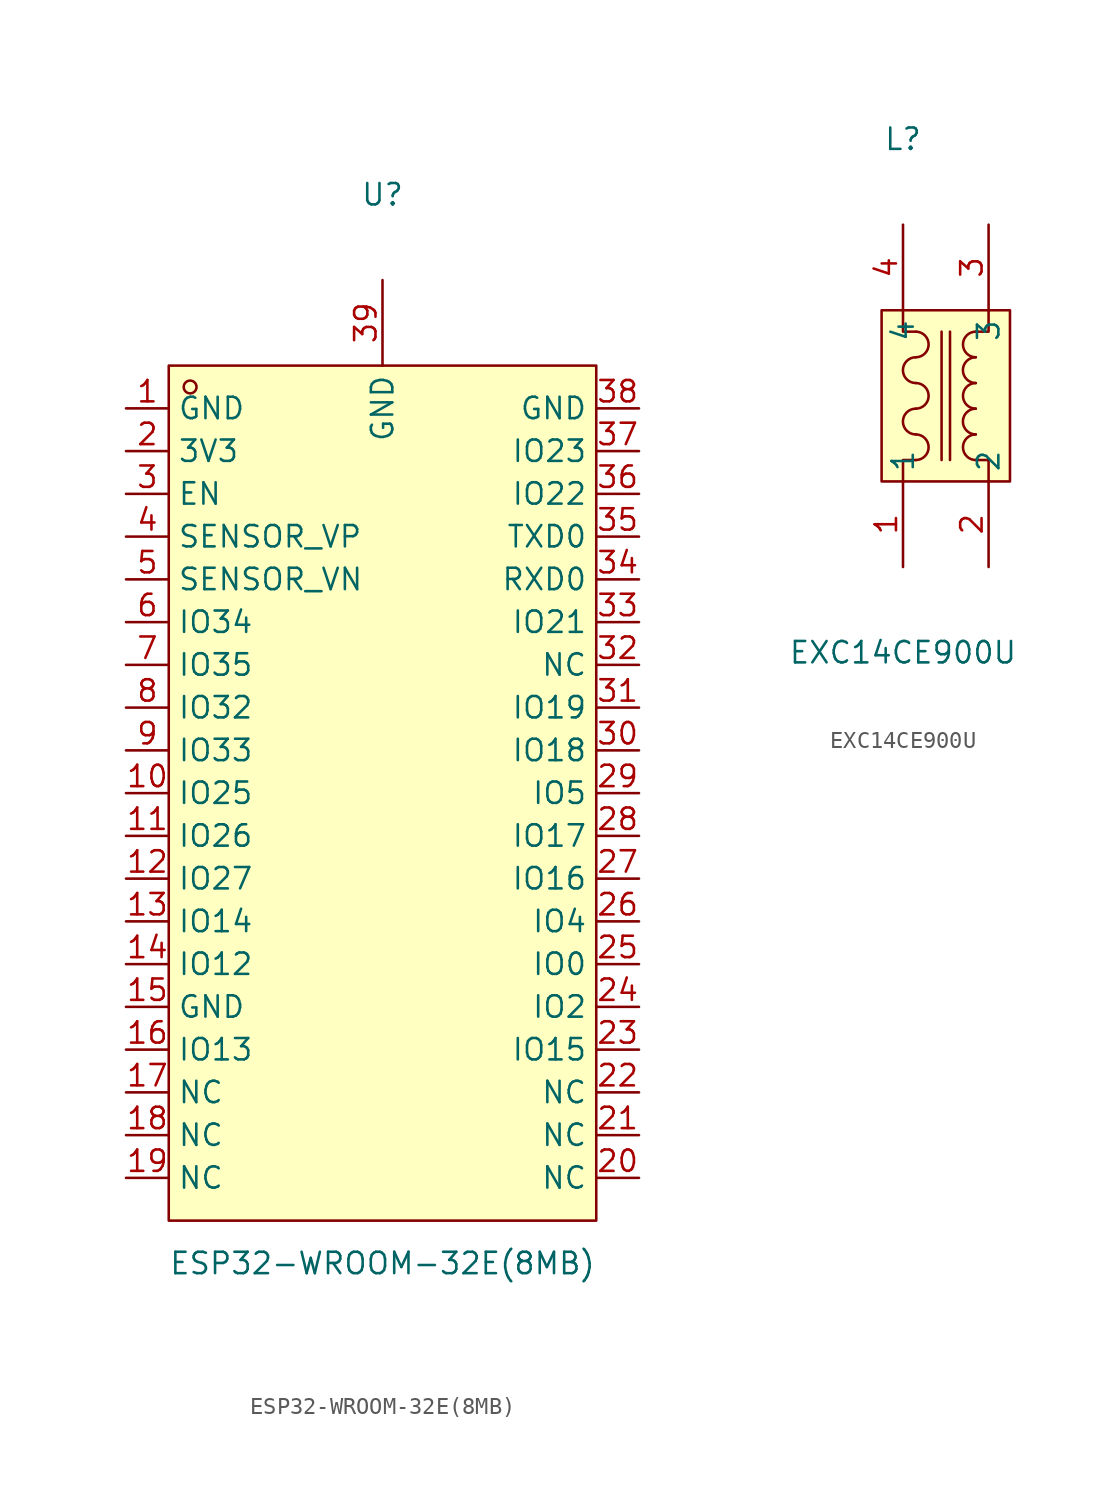
<source format=kicad_sym>
(kicad_symbol_lib
  (version 20211014)
  (generator https://github.com/uPesy/easyeda2kicad.py)
  (symbol "ESP32-WROOM-32E(8MB)"
    (property "Reference" "U"
      (at 0 38.10 0)
      (effects (font (size 1.27 1.27))))
    (property "Value" "ESP32-WROOM-32E(8MB)"
      (at 0 -25.40 0)
      (effects (font (size 1.27 1.27))))
    (symbol "ESP32-WROOM-32E(8MB)_0_1"
      (rectangle (start -12.70 27.94) (end 12.70 -22.86) (stroke (width 0) (type default) (color 0 0 0 0)) (fill (type background)))
      (circle (center -11.43 26.67) (radius 0.38) (stroke (width 0) (type default) (color 0 0 0 0)) (fill (type none)))
      (pin unspecified line (at 0.00 33.02 270) (length 5.08) (name "GND" (effects (font (size 1.27 1.27)))) (number "39" (effects (font (size 1.27 1.27)))))
      (pin unspecified line (at 15.24 25.40 180) (length 2.54) (name "GND" (effects (font (size 1.27 1.27)))) (number "38" (effects (font (size 1.27 1.27)))))
      (pin unspecified line (at 15.24 22.86 180) (length 2.54) (name "IO23" (effects (font (size 1.27 1.27)))) (number "37" (effects (font (size 1.27 1.27)))))
      (pin unspecified line (at 15.24 20.32 180) (length 2.54) (name "IO22" (effects (font (size 1.27 1.27)))) (number "36" (effects (font (size 1.27 1.27)))))
      (pin unspecified line (at 15.24 17.78 180) (length 2.54) (name "TXD0" (effects (font (size 1.27 1.27)))) (number "35" (effects (font (size 1.27 1.27)))))
      (pin unspecified line (at 15.24 15.24 180) (length 2.54) (name "RXD0" (effects (font (size 1.27 1.27)))) (number "34" (effects (font (size 1.27 1.27)))))
      (pin unspecified line (at 15.24 12.70 180) (length 2.54) (name "IO21" (effects (font (size 1.27 1.27)))) (number "33" (effects (font (size 1.27 1.27)))))
      (pin unspecified line (at 15.24 10.16 180) (length 2.54) (name "NC" (effects (font (size 1.27 1.27)))) (number "32" (effects (font (size 1.27 1.27)))))
      (pin unspecified line (at 15.24 7.62 180) (length 2.54) (name "IO19" (effects (font (size 1.27 1.27)))) (number "31" (effects (font (size 1.27 1.27)))))
      (pin unspecified line (at 15.24 5.08 180) (length 2.54) (name "IO18" (effects (font (size 1.27 1.27)))) (number "30" (effects (font (size 1.27 1.27)))))
      (pin unspecified line (at 15.24 2.54 180) (length 2.54) (name "IO5" (effects (font (size 1.27 1.27)))) (number "29" (effects (font (size 1.27 1.27)))))
      (pin unspecified line (at 15.24 -0.00 180) (length 2.54) (name "IO17" (effects (font (size 1.27 1.27)))) (number "28" (effects (font (size 1.27 1.27)))))
      (pin unspecified line (at 15.24 -2.54 180) (length 2.54) (name "IO16" (effects (font (size 1.27 1.27)))) (number "27" (effects (font (size 1.27 1.27)))))
      (pin unspecified line (at 15.24 -5.08 180) (length 2.54) (name "IO4" (effects (font (size 1.27 1.27)))) (number "26" (effects (font (size 1.27 1.27)))))
      (pin unspecified line (at 15.24 -7.62 180) (length 2.54) (name "IO0" (effects (font (size 1.27 1.27)))) (number "25" (effects (font (size 1.27 1.27)))))
      (pin unspecified line (at 15.24 -10.16 180) (length 2.54) (name "IO2" (effects (font (size 1.27 1.27)))) (number "24" (effects (font (size 1.27 1.27)))))
      (pin unspecified line (at 15.24 -12.70 180) (length 2.54) (name "IO15" (effects (font (size 1.27 1.27)))) (number "23" (effects (font (size 1.27 1.27)))))
      (pin unspecified line (at 15.24 -15.24 180) (length 2.54) (name "NC" (effects (font (size 1.27 1.27)))) (number "22" (effects (font (size 1.27 1.27)))))
      (pin unspecified line (at 15.24 -17.78 180) (length 2.54) (name "NC" (effects (font (size 1.27 1.27)))) (number "21" (effects (font (size 1.27 1.27)))))
      (pin unspecified line (at 15.24 -20.32 180) (length 2.54) (name "NC" (effects (font (size 1.27 1.27)))) (number "20" (effects (font (size 1.27 1.27)))))
      (pin unspecified line (at -15.24 -20.32 0) (length 2.54) (name "NC" (effects (font (size 1.27 1.27)))) (number "19" (effects (font (size 1.27 1.27)))))
      (pin unspecified line (at -15.24 -17.78 0) (length 2.54) (name "NC" (effects (font (size 1.27 1.27)))) (number "18" (effects (font (size 1.27 1.27)))))
      (pin unspecified line (at -15.24 -15.24 0) (length 2.54) (name "NC" (effects (font (size 1.27 1.27)))) (number "17" (effects (font (size 1.27 1.27)))))
      (pin unspecified line (at -15.24 -12.70 0) (length 2.54) (name "IO13" (effects (font (size 1.27 1.27)))) (number "16" (effects (font (size 1.27 1.27)))))
      (pin unspecified line (at -15.24 -10.16 0) (length 2.54) (name "GND" (effects (font (size 1.27 1.27)))) (number "15" (effects (font (size 1.27 1.27)))))
      (pin unspecified line (at -15.24 -7.62 0) (length 2.54) (name "IO12" (effects (font (size 1.27 1.27)))) (number "14" (effects (font (size 1.27 1.27)))))
      (pin unspecified line (at -15.24 -5.08 0) (length 2.54) (name "IO14" (effects (font (size 1.27 1.27)))) (number "13" (effects (font (size 1.27 1.27)))))
      (pin unspecified line (at -15.24 -2.54 0) (length 2.54) (name "IO27" (effects (font (size 1.27 1.27)))) (number "12" (effects (font (size 1.27 1.27)))))
      (pin unspecified line (at -15.24 -0.00 0) (length 2.54) (name "IO26" (effects (font (size 1.27 1.27)))) (number "11" (effects (font (size 1.27 1.27)))))
      (pin unspecified line (at -15.24 2.54 0) (length 2.54) (name "IO25" (effects (font (size 1.27 1.27)))) (number "10" (effects (font (size 1.27 1.27)))))
      (pin unspecified line (at -15.24 5.08 0) (length 2.54) (name "IO33" (effects (font (size 1.27 1.27)))) (number "9" (effects (font (size 1.27 1.27)))))
      (pin unspecified line (at -15.24 7.62 0) (length 2.54) (name "IO32" (effects (font (size 1.27 1.27)))) (number "8" (effects (font (size 1.27 1.27)))))
      (pin unspecified line (at -15.24 10.16 0) (length 2.54) (name "IO35" (effects (font (size 1.27 1.27)))) (number "7" (effects (font (size 1.27 1.27)))))
      (pin unspecified line (at -15.24 12.70 0) (length 2.54) (name "IO34" (effects (font (size 1.27 1.27)))) (number "6" (effects (font (size 1.27 1.27)))))
      (pin unspecified line (at -15.24 15.24 0) (length 2.54) (name "SENSOR_VN" (effects (font (size 1.27 1.27)))) (number "5" (effects (font (size 1.27 1.27)))))
      (pin unspecified line (at -15.24 17.78 0) (length 2.54) (name "SENSOR_VP" (effects (font (size 1.27 1.27)))) (number "4" (effects (font (size 1.27 1.27)))))
      (pin unspecified line (at -15.24 20.32 0) (length 2.54) (name "EN" (effects (font (size 1.27 1.27)))) (number "3" (effects (font (size 1.27 1.27)))))
      (pin unspecified line (at -15.24 22.86 0) (length 2.54) (name "3V3" (effects (font (size 1.27 1.27)))) (number "2" (effects (font (size 1.27 1.27)))))
      (pin unspecified line (at -15.24 25.40 0) (length 2.54) (name "GND" (effects (font (size 1.27 1.27)))) (number "1" (effects (font (size 1.27 1.27)))))))
  (symbol "EXC14CE900U"
    (property "Reference" "L"
      (at 0 15.24 0)
      (effects (font (size 1.27 1.27))))
    (property "Value" "EXC14CE900U"
      (at 0 -15.24 0)
      (effects (font (size 1.27 1.27))))
    (symbol "EXC14CE900U_0_1"
      (rectangle (start -1.27 5.08) (end 6.35 -5.08) (stroke (width 0) (type default) (color 0 0 0 0)) (fill (type background)))
      (arc (start 4.32 -2.29) (mid 3.63 -2.73) (end 4.32 -3.81) (stroke (width 0) (type default) (color 0 0 0 0)) (fill (type none)))
      (arc (start 4.32 0.76) (mid 3.63 0.32) (end 4.32 -0.76) (stroke (width 0) (type default) (color 0 0 0 0)) (fill (type none)))
      (arc (start 4.32 3.81) (mid 3.63 3.37) (end 4.32 2.29) (stroke (width 0) (type default) (color 0 0 0 0)) (fill (type none)))
      (arc (start 4.32 -0.76) (mid 3.63 -1.21) (end 4.32 -2.29) (stroke (width 0) (type default) (color 0 0 0 0)) (fill (type none)))
      (arc (start 4.32 2.29) (mid 3.63 1.84) (end 4.32 0.76) (stroke (width 0) (type default) (color 0 0 0 0)) (fill (type none)))
      (arc (start 0.76 2.29) (mid 0.07 3.37) (end 0.76 3.81) (stroke (width 0) (type default) (color 0 0 0 0)) (fill (type none)))
      (arc (start 0.76 -0.76) (mid 0.07 0.32) (end 0.76 0.76) (stroke (width 0) (type default) (color 0 0 0 0)) (fill (type none)))
      (arc (start 0.76 -3.81) (mid 0.07 -2.73) (end 0.76 -2.29) (stroke (width 0) (type default) (color 0 0 0 0)) (fill (type none)))
      (arc (start 0.76 0.76) (mid 0.07 1.84) (end 0.76 2.29) (stroke (width 0) (type default) (color 0 0 0 0)) (fill (type none)))
      (arc (start 0.76 -2.29) (mid 0.07 -1.21) (end 0.76 -0.76) (stroke (width 0) (type default) (color 0 0 0 0)) (fill (type none)))
      (polyline (pts (xy 2.29 -3.81) (xy 2.29 3.81)) (stroke (width 0) (type default) (color 0 0 0 0)) (fill (type none)))
      (polyline (pts (xy 2.79 -3.81) (xy 2.79 3.81)) (stroke (width 0) (type default) (color 0 0 0 0)) (fill (type none)))
      (polyline (pts (xy 0.76 3.81) (xy 0.00 3.81) (xy 0.00 5.08)) (stroke (width 0) (type default) (color 0 0 0 0)) (fill (type none)))
      (polyline (pts (xy 0.76 -3.81) (xy 0.00 -3.81) (xy 0.00 -5.08)) (stroke (width 0) (type default) (color 0 0 0 0)) (fill (type none)))
      (polyline (pts (xy 4.32 -3.81) (xy 5.08 -3.81) (xy 5.08 -5.08)) (stroke (width 0) (type default) (color 0 0 0 0)) (fill (type none)))
      (polyline (pts (xy 4.32 3.81) (xy 5.08 3.81) (xy 5.08 5.08)) (stroke (width 0) (type default) (color 0 0 0 0)) (fill (type none)))
      (pin unspecified line (at 0.00 -10.16 90) (length 5.08) (name "1" (effects (font (size 1.27 1.27)))) (number "1" (effects (font (size 1.27 1.27)))))
      (pin unspecified line (at 5.08 -10.16 90) (length 5.08) (name "2" (effects (font (size 1.27 1.27)))) (number "2" (effects (font (size 1.27 1.27)))))
      (pin unspecified line (at 5.08 10.16 270) (length 5.08) (name "3" (effects (font (size 1.27 1.27)))) (number "3" (effects (font (size 1.27 1.27)))))
      (pin unspecified line (at 0.00 10.16 270) (length 5.08) (name "4" (effects (font (size 1.27 1.27)))) (number "4" (effects (font (size 1.27 1.27))))))))
</source>
